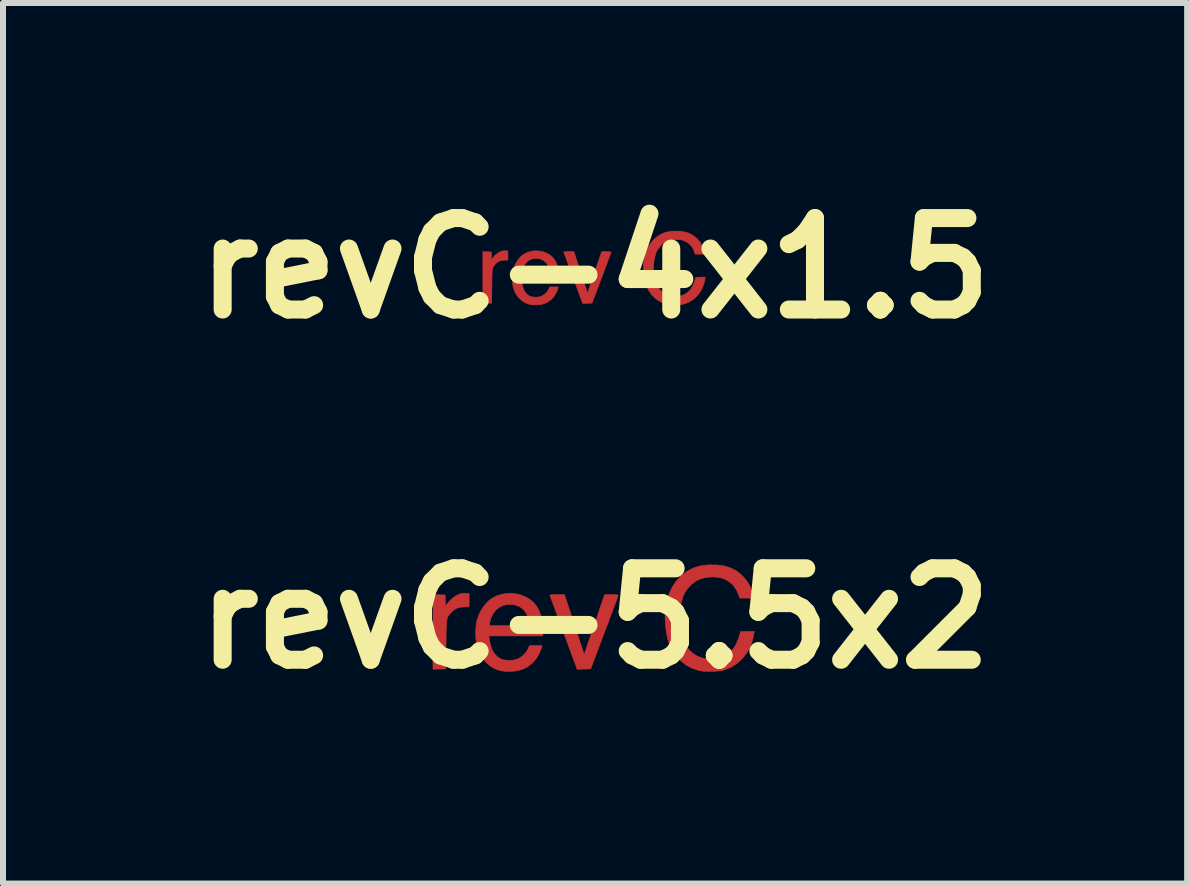
<source format=kicad_pcb>
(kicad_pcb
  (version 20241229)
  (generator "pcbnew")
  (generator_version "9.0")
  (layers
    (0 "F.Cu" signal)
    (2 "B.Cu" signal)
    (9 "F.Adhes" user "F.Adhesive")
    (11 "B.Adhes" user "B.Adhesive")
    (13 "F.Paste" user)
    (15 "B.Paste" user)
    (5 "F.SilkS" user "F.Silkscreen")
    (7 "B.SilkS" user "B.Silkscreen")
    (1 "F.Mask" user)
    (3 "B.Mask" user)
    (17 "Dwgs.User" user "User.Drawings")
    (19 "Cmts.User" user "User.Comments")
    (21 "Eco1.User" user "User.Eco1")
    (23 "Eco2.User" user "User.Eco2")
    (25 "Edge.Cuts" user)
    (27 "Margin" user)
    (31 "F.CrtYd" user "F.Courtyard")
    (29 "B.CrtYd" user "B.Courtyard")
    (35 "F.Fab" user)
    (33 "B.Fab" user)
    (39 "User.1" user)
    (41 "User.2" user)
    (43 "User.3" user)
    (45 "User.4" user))
  (footprint "revC-4x1.5"
    (layer "F.Cu")
    (at 6.865 1.418)
    (property "Reference" "revC-4x1.5" (at 0 0 0) (layer "F.SilkS") (effects (font (size 1.524 1.524) (thickness 0.3))))
    (attr through_hole)
    (fp_poly (pts (xy -1.478 -0.289) (xy -1.452 -0.285) (xy -1.452 -0.209) (xy -1.452 -0.134) (xy -1.506 -0.133) (xy -1.555 -0.129) (xy -1.595 -0.117) (xy -1.631 -0.096) (xy -1.658 -0.071) (xy -1.671 -0.056) (xy -1.682 -0.044) (xy -1.691 -0.031) (xy -1.699 -0.018) (xy -1.704 -0.002) (xy -1.709 0.017) (xy -1.712 0.042) (xy -1.715 0.072) (xy -1.716 0.11) (xy -1.717 0.157) (xy -1.718 0.213) (xy -1.719 0.282) (xy -1.719 0.303) (xy -1.723 0.583) (xy -1.796 0.585) (xy -1.869 0.587) (xy -1.869 -0.274) (xy -1.799 -0.272) (xy -1.729 -0.27) (xy -1.727 -0.206) (xy -1.725 -0.143) (xy -1.701 -0.174) (xy -1.659 -0.22) (xy -1.614 -0.255) (xy -1.569 -0.278) (xy -1.523 -0.29) (xy -1.478 -0.289)) (stroke (width 0.01) (type solid)) (fill yes) (layer "F.Cu"))
    (fp_poly (pts (xy -0.284 -0.064) (xy -0.265 -0.006) (xy -0.245 0.055) (xy -0.225 0.117) (xy -0.205 0.175) (xy -0.188 0.228) (xy -0.174 0.272) (xy -0.17 0.282) (xy -0.126 0.417) (xy -0.019 0.106) (xy 0.002 0.044) (xy 0.022 -0.015) (xy 0.041 -0.07) (xy 0.058 -0.12) (xy 0.073 -0.163) (xy 0.085 -0.198) (xy 0.094 -0.223) (xy 0.099 -0.238) (xy 0.099 -0.239) (xy 0.112 -0.274) (xy 0.189 -0.274) (xy 0.224 -0.273) (xy 0.248 -0.272) (xy 0.262 -0.27) (xy 0.267 -0.266) (xy 0.267 -0.265) (xy 0.265 -0.258) (xy 0.258 -0.24) (xy 0.248 -0.211) (xy 0.234 -0.173) (xy 0.217 -0.127) (xy 0.197 -0.074) (xy 0.175 -0.015) (xy 0.151 0.05) (xy 0.125 0.118) (xy 0.108 0.163) (xy -0.051 0.583) (xy -0.128 0.585) (xy -0.206 0.587) (xy -0.364 0.16) (xy -0.39 0.089) (xy -0.415 0.021) (xy -0.438 -0.041) (xy -0.459 -0.099) (xy -0.477 -0.149) (xy -0.493 -0.193) (xy -0.506 -0.227) (xy -0.515 -0.252) (xy -0.52 -0.267) (xy -0.521 -0.27) (xy -0.515 -0.271) (xy -0.498 -0.272) (xy -0.473 -0.273) (xy -0.443 -0.274) (xy -0.437 -0.274) (xy -0.352 -0.274) (xy -0.284 -0.064)) (stroke (width 0.01) (type solid)) (fill yes) (layer "F.Cu"))
    (fp_poly (pts (xy -0.933 -0.286) (xy -0.868 -0.274) (xy -0.806 -0.25) (xy -0.803 -0.248) (xy -0.752 -0.218) (xy -0.709 -0.183) (xy -0.675 -0.141) (xy -0.647 -0.092) (xy -0.627 -0.034) (xy -0.613 0.033) (xy -0.605 0.11) (xy -0.604 0.138) (xy -0.601 0.202) (xy -1.225 0.202) (xy -1.221 0.233) (xy -1.208 0.302) (xy -1.188 0.36) (xy -1.162 0.407) (xy -1.128 0.442) (xy -1.088 0.467) (xy -1.072 0.473) (xy -1.03 0.483) (xy -0.983 0.485) (xy -0.937 0.481) (xy -0.896 0.469) (xy -0.889 0.466) (xy -0.845 0.44) (xy -0.807 0.405) (xy -0.778 0.364) (xy -0.772 0.351) (xy -0.755 0.313) (xy -0.613 0.313) (xy -0.616 0.334) (xy -0.621 0.349) (xy -0.63 0.372) (xy -0.641 0.399) (xy -0.647 0.41) (xy -0.682 0.469) (xy -0.726 0.518) (xy -0.778 0.558) (xy -0.837 0.587) (xy -0.89 0.603) (xy -0.927 0.608) (xy -0.969 0.611) (xy -1.013 0.611) (xy -1.054 0.609) (xy -1.087 0.604) (xy -1.092 0.602) (xy -1.131 0.59) (xy -1.163 0.577) (xy -1.195 0.558) (xy -1.216 0.543) (xy -1.266 0.499) (xy -1.308 0.446) (xy -1.341 0.383) (xy -1.362 0.32) (xy -1.37 0.279) (xy -1.375 0.23) (xy -1.377 0.176) (xy -1.376 0.122) (xy -1.372 0.085) (xy -1.22 0.085) (xy -0.754 0.085) (xy -0.758 0.054) (xy -0.77 -0.006) (xy -0.791 -0.057) (xy -0.821 -0.098) (xy -0.86 -0.129) (xy -0.906 -0.151) (xy -0.912 -0.152) (xy -0.966 -0.162) (xy -1.018 -0.16) (xy -1.067 -0.147) (xy -1.112 -0.123) (xy -1.15 -0.09) (xy -1.181 -0.048) (xy -1.203 0.001) (xy -1.216 0.054) (xy -1.22 0.085) (xy -1.372 0.085) (xy -1.371 0.071) (xy -1.363 0.028) (xy -1.362 0.023) (xy -1.34 -0.042) (xy -1.308 -0.103) (xy -1.27 -0.157) (xy -1.226 -0.203) (xy -1.188 -0.232) (xy -1.13 -0.261) (xy -1.067 -0.28) (xy -1.001 -0.289) (xy -0.933 -0.286)) (stroke (width 0.01) (type solid)) (fill yes) (layer "F.Cu"))
    (fp_poly (pts (xy 1.403 -0.616) (xy 1.482 -0.606) (xy 1.553 -0.586) (xy 1.617 -0.556) (xy 1.674 -0.515) (xy 1.711 -0.479) (xy 1.755 -0.425) (xy 1.789 -0.366) (xy 1.812 -0.307) (xy 1.821 -0.263) (xy 1.825 -0.234) (xy 1.668 -0.234) (xy 1.657 -0.269) (xy 1.632 -0.327) (xy 1.598 -0.377) (xy 1.555 -0.418) (xy 1.504 -0.449) (xy 1.446 -0.469) (xy 1.423 -0.473) (xy 1.392 -0.476) (xy 1.359 -0.477) (xy 1.348 -0.478) (xy 1.28 -0.472) (xy 1.219 -0.457) (xy 1.164 -0.43) (xy 1.114 -0.393) (xy 1.092 -0.372) (xy 1.071 -0.348) (xy 1.052 -0.322) (xy 1.037 -0.301) (xy 1.034 -0.296) (xy 1.013 -0.247) (xy 0.996 -0.189) (xy 0.983 -0.125) (xy 0.975 -0.057) (xy 0.972 0.012) (xy 0.975 0.078) (xy 0.976 0.085) (xy 0.99 0.167) (xy 1.012 0.24) (xy 1.041 0.303) (xy 1.079 0.357) (xy 1.124 0.401) (xy 1.177 0.435) (xy 1.236 0.458) (xy 1.241 0.459) (xy 1.273 0.465) (xy 1.313 0.468) (xy 1.356 0.468) (xy 1.396 0.466) (xy 1.43 0.461) (xy 1.437 0.46) (xy 1.493 0.438) (xy 1.543 0.406) (xy 1.586 0.362) (xy 1.622 0.308) (xy 1.651 0.243) (xy 1.663 0.207) (xy 1.679 0.153) (xy 1.758 0.151) (xy 1.837 0.149) (xy 1.833 0.174) (xy 1.816 0.253) (xy 1.791 0.323) (xy 1.758 0.386) (xy 1.716 0.443) (xy 1.687 0.475) (xy 1.634 0.522) (xy 1.578 0.558) (xy 1.516 0.586) (xy 1.501 0.591) (xy 1.479 0.597) (xy 1.459 0.602) (xy 1.437 0.605) (xy 1.411 0.608) (xy 1.377 0.609) (xy 1.345 0.61) (xy 1.301 0.61) (xy 1.268 0.61) (xy 1.241 0.608) (xy 1.218 0.605) (xy 1.197 0.601) (xy 1.193 0.6) (xy 1.12 0.575) (xy 1.053 0.539) (xy 0.992 0.492) (xy 0.939 0.436) (xy 0.894 0.371) (xy 0.859 0.299) (xy 0.854 0.287) (xy 0.837 0.228) (xy 0.823 0.159) (xy 0.813 0.086) (xy 0.808 0.012) (xy 0.809 -0.06) (xy 0.813 -0.115) (xy 0.83 -0.203) (xy 0.856 -0.285) (xy 0.891 -0.36) (xy 0.934 -0.426) (xy 0.986 -0.484) (xy 1.045 -0.532) (xy 1.104 -0.566) (xy 1.151 -0.587) (xy 1.196 -0.601) (xy 1.245 -0.61) (xy 1.301 -0.616) (xy 1.316 -0.617) (xy 1.403 -0.616)) (stroke (width 0.01) (type solid)) (fill yes) (layer "F.Cu")))
  (footprint "revC-5.5x2"
    (layer "F.Cu")
    (at 6.865 7.254)
    (property "Reference" "revC-5.5x2" (at 0 0 0) (layer "F.SilkS") (effects (font (size 1.524 1.524) (thickness 0.3))))
    (attr through_hole)
    (fp_poly (pts (xy -2.134 -0.417) (xy -2.098 -0.412) (xy -2.098 -0.302) (xy -2.098 -0.193) (xy -2.176 -0.192) (xy -2.246 -0.186) (xy -2.304 -0.169) (xy -2.355 -0.138) (xy -2.395 -0.102) (xy -2.414 -0.082) (xy -2.43 -0.063) (xy -2.443 -0.045) (xy -2.454 -0.026) (xy -2.462 -0.003) (xy -2.468 0.025) (xy -2.473 0.06) (xy -2.477 0.104) (xy -2.479 0.159) (xy -2.481 0.226) (xy -2.482 0.308) (xy -2.483 0.407) (xy -2.484 0.437) (xy -2.488 0.842) (xy -2.7 0.847) (xy -2.7 -0.396) (xy -2.599 -0.393) (xy -2.498 -0.39) (xy -2.495 -0.298) (xy -2.492 -0.206) (xy -2.457 -0.251) (xy -2.396 -0.318) (xy -2.332 -0.368) (xy -2.266 -0.402) (xy -2.199 -0.419) (xy -2.134 -0.417)) (stroke (width 0.01) (type solid)) (fill yes) (layer "F.Cu"))
    (fp_poly (pts (xy -0.41 -0.092) (xy -0.382 -0.008) (xy -0.353 0.08) (xy -0.324 0.169) (xy -0.297 0.253) (xy -0.272 0.329) (xy -0.251 0.393) (xy -0.246 0.407) (xy -0.181 0.603) (xy -0.028 0.153) (xy 0.003 0.064) (xy 0.032 -0.022) (xy 0.059 -0.102) (xy 0.084 -0.174) (xy 0.105 -0.236) (xy 0.123 -0.286) (xy 0.135 -0.323) (xy 0.143 -0.344) (xy 0.143 -0.346) (xy 0.161 -0.395) (xy 0.273 -0.395) (xy 0.324 -0.395) (xy 0.358 -0.393) (xy 0.378 -0.39) (xy 0.385 -0.385) (xy 0.385 -0.383) (xy 0.382 -0.373) (xy 0.373 -0.346) (xy 0.358 -0.305) (xy 0.338 -0.25) (xy 0.313 -0.184) (xy 0.284 -0.107) (xy 0.252 -0.021) (xy 0.218 0.072) (xy 0.18 0.171) (xy 0.156 0.235) (xy -0.073 0.842) (xy -0.186 0.845) (xy -0.298 0.847) (xy -0.525 0.231) (xy -0.563 0.128) (xy -0.599 0.031) (xy -0.632 -0.06) (xy -0.663 -0.143) (xy -0.69 -0.216) (xy -0.712 -0.278) (xy -0.731 -0.328) (xy -0.744 -0.364) (xy -0.751 -0.385) (xy -0.753 -0.39) (xy -0.744 -0.392) (xy -0.72 -0.394) (xy -0.684 -0.395) (xy -0.639 -0.395) (xy -0.631 -0.395) (xy -0.509 -0.395) (xy -0.41 -0.092)) (stroke (width 0.01) (type solid)) (fill yes) (layer "F.Cu"))
    (fp_poly (pts (xy -1.348 -0.414) (xy -1.253 -0.395) (xy -1.164 -0.361) (xy -1.159 -0.359) (xy -1.086 -0.315) (xy -1.024 -0.264) (xy -0.974 -0.203) (xy -0.935 -0.133) (xy -0.906 -0.05) (xy -0.886 0.047) (xy -0.874 0.159) (xy -0.872 0.2) (xy -0.868 0.292) (xy -1.77 0.292) (xy -1.764 0.336) (xy -1.745 0.436) (xy -1.716 0.52) (xy -1.678 0.587) (xy -1.629 0.639) (xy -1.571 0.675) (xy -1.549 0.684) (xy -1.488 0.697) (xy -1.421 0.701) (xy -1.353 0.694) (xy -1.294 0.678) (xy -1.283 0.674) (xy -1.221 0.636) (xy -1.166 0.585) (xy -1.124 0.526) (xy -1.115 0.507) (xy -1.09 0.452) (xy -0.885 0.452) (xy -0.89 0.482) (xy -0.897 0.504) (xy -0.91 0.537) (xy -0.926 0.576) (xy -0.934 0.593) (xy -0.985 0.677) (xy -1.049 0.748) (xy -1.124 0.806) (xy -1.21 0.848) (xy -1.286 0.87) (xy -1.339 0.878) (xy -1.4 0.882) (xy -1.463 0.883) (xy -1.522 0.879) (xy -1.57 0.872) (xy -1.578 0.87) (xy -1.633 0.853) (xy -1.679 0.833) (xy -1.726 0.806) (xy -1.756 0.785) (xy -1.829 0.721) (xy -1.89 0.644) (xy -1.937 0.553) (xy -1.968 0.462) (xy -1.979 0.403) (xy -1.986 0.332) (xy -1.989 0.254) (xy -1.987 0.176) (xy -1.982 0.122) (xy -1.762 0.122) (xy -1.089 0.122) (xy -1.094 0.078) (xy -1.112 -0.009) (xy -1.143 -0.082) (xy -1.186 -0.141) (xy -1.242 -0.187) (xy -1.309 -0.218) (xy -1.317 -0.22) (xy -1.395 -0.234) (xy -1.471 -0.231) (xy -1.542 -0.212) (xy -1.606 -0.178) (xy -1.661 -0.13) (xy -1.706 -0.07) (xy -1.738 0.002) (xy -1.756 0.078) (xy -1.762 0.122) (xy -1.982 0.122) (xy -1.98 0.103) (xy -1.969 0.04) (xy -1.967 0.033) (xy -1.935 -0.061) (xy -1.89 -0.148) (xy -1.834 -0.227) (xy -1.771 -0.293) (xy -1.715 -0.335) (xy -1.632 -0.378) (xy -1.541 -0.405) (xy -1.445 -0.417) (xy -1.348 -0.414)) (stroke (width 0.01) (type solid)) (fill yes) (layer "F.Cu"))
    (fp_poly (pts (xy 2.027 -0.89) (xy 2.141 -0.876) (xy 2.243 -0.847) (xy 2.336 -0.803) (xy 2.418 -0.744) (xy 2.471 -0.693) (xy 2.535 -0.613) (xy 2.584 -0.529) (xy 2.617 -0.444) (xy 2.631 -0.381) (xy 2.637 -0.339) (xy 2.41 -0.339) (xy 2.394 -0.388) (xy 2.358 -0.473) (xy 2.308 -0.545) (xy 2.246 -0.604) (xy 2.172 -0.649) (xy 2.088 -0.678) (xy 2.055 -0.683) (xy 2.01 -0.688) (xy 1.963 -0.69) (xy 1.947 -0.69) (xy 1.848 -0.682) (xy 1.76 -0.66) (xy 1.681 -0.622) (xy 1.609 -0.568) (xy 1.578 -0.537) (xy 1.548 -0.502) (xy 1.519 -0.466) (xy 1.498 -0.434) (xy 1.494 -0.428) (xy 1.463 -0.357) (xy 1.438 -0.274) (xy 1.42 -0.18) (xy 1.408 -0.082) (xy 1.404 0.017) (xy 1.409 0.112) (xy 1.41 0.123) (xy 1.43 0.241) (xy 1.461 0.346) (xy 1.504 0.438) (xy 1.559 0.516) (xy 1.624 0.58) (xy 1.7 0.628) (xy 1.786 0.661) (xy 1.793 0.663) (xy 1.839 0.671) (xy 1.897 0.676) (xy 1.959 0.677) (xy 2.017 0.674) (xy 2.066 0.667) (xy 2.076 0.664) (xy 2.157 0.633) (xy 2.229 0.586) (xy 2.291 0.523) (xy 2.344 0.445) (xy 2.385 0.352) (xy 2.403 0.299) (xy 2.425 0.221) (xy 2.539 0.218) (xy 2.654 0.216) (xy 2.648 0.251) (xy 2.623 0.366) (xy 2.587 0.467) (xy 2.539 0.558) (xy 2.479 0.64) (xy 2.437 0.686) (xy 2.36 0.754) (xy 2.279 0.806) (xy 2.189 0.846) (xy 2.168 0.853) (xy 2.137 0.863) (xy 2.107 0.87) (xy 2.076 0.874) (xy 2.038 0.878) (xy 1.989 0.88) (xy 1.943 0.881) (xy 1.88 0.882) (xy 1.831 0.881) (xy 1.793 0.879) (xy 1.76 0.874) (xy 1.728 0.868) (xy 1.723 0.867) (xy 1.618 0.83) (xy 1.52 0.778) (xy 1.433 0.71) (xy 1.356 0.629) (xy 1.291 0.536) (xy 1.241 0.432) (xy 1.234 0.414) (xy 1.208 0.329) (xy 1.188 0.23) (xy 1.175 0.125) (xy 1.168 0.017) (xy 1.168 -0.087) (xy 1.175 -0.166) (xy 1.198 -0.294) (xy 1.236 -0.412) (xy 1.286 -0.52) (xy 1.349 -0.616) (xy 1.424 -0.699) (xy 1.509 -0.769) (xy 1.595 -0.818) (xy 1.662 -0.847) (xy 1.728 -0.868) (xy 1.798 -0.882) (xy 1.879 -0.89) (xy 1.901 -0.891) (xy 2.027 -0.89)) (stroke (width 0.01) (type solid)) (fill yes) (layer "F.Cu")))
  (gr_rect
    (start -3 -3)
    (end 16.731 11.672)
    (stroke (width 0.1) (type default))
    (fill no)
    (layer "Edge.Cuts")))
</source>
